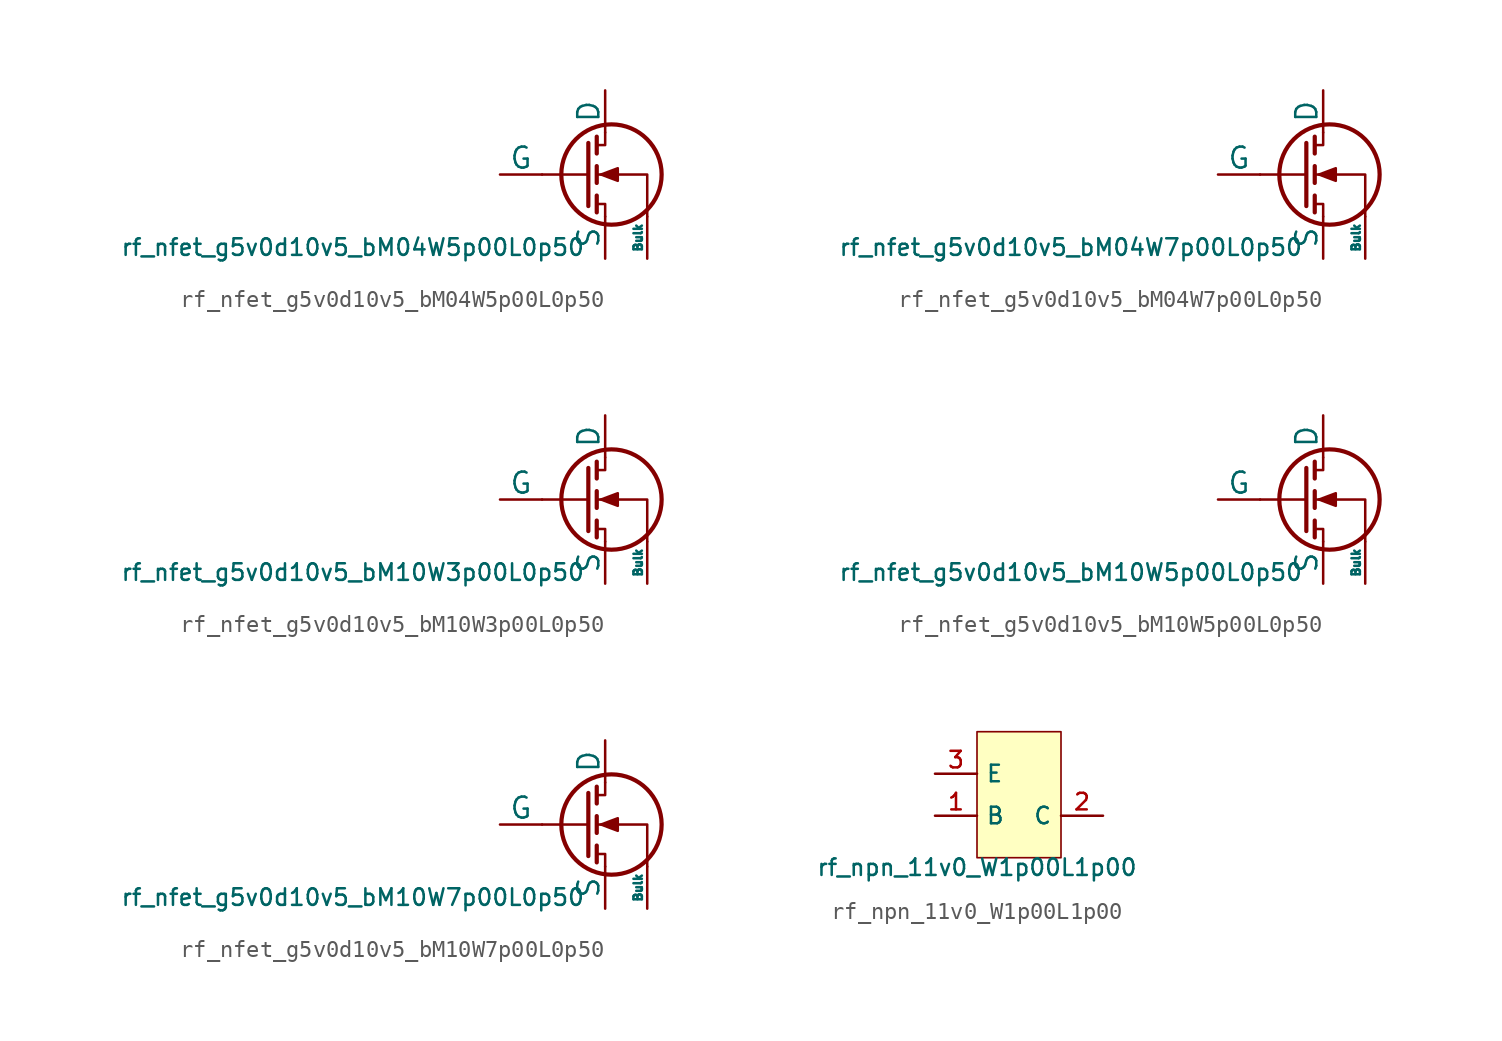
<source format=kicad_sym>
(kicad_symbol_lib
  (version 20211014)
  (generator pdk2kicad)
  (symbol "rf_nfet_g5v0d10v5_bM04W5p00L0p50"
    (pin_numbers hide)
    (pin_names
      (offset 0))
    (property "Reference" "Q"
      (at 0 0 0)
      (effects (font (size 1 1)) hide))
    (property "Value" "rf_nfet_g5v0d10v5_bM04W5p00L0p50"
      (at -12.7 -3.81 0)
      (effects (font (size 1 1)) (justify top)))
    (polyline
      (pts (xy 1.524 0) (xy -1.27 0))
      (stroke (width 0) (type default))
      (fill (type none)))
    (polyline
      (pts (xy 1.524 1.905) (xy 1.524 -1.905))
      (stroke (width 0.254) (type default))
      (fill (type none)))
    (polyline
      (pts (xy 2.032 -1.27) (xy 2.032 -2.286))
      (stroke (width 0.254) (type default))
      (fill (type none)))
    (polyline
      (pts (xy 2.032 0.508) (xy 2.032 -0.508))
      (stroke (width 0.254) (type default))
      (fill (type none)))
    (polyline
      (pts (xy 2.032 2.286) (xy 2.032 1.27))
      (stroke (width 0.254) (type default))
      (fill (type none)))
    (polyline
      (pts (xy 2.032 1.778) (xy 2.54 1.778) (xy 2.54 2.54))
      (stroke (width 0) (type default))
      (fill (type none)))
    (polyline
      (pts (xy 2.54 -2.54) (xy 2.54 -1.778) (xy 2.032 -1.778))
      (stroke (width 0) (type default))
      (fill (type none)))
    (polyline
      (pts (xy 5.08 -2.54) (xy 5.08 0) (xy 2.032 0))
      (stroke (width 0) (type default))
      (fill (type none)))
    (polyline
      (pts (xy 2.286 0) (xy 3.302 0.381) (xy 3.302 -0.381) (xy 2.286 0))
      (stroke (width 0) (type default))
      (fill (type outline)))
    (circle
      (center 2.921 0)
      (radius 3.029)
      (stroke (width 0.254) (type default))
      (fill (type none)))
    (pin passive line
      (at 2.54 5.08 270)
      (length 2.54)
      (name "D" (effects (font (size 1.27 1.27))))
      (number "1" (effects (font (size 1.27 1.27)))))
    (pin input line
      (at -3.81 0 0)
      (length 2.54)
      (name "G" (effects (font (size 1.27 1.27))))
      (number "2" (effects (font (size 1.27 1.27)))))
    (pin passive line
      (at 2.54 -5.08 90)
      (length 2.54)
      (name "S" (effects (font (size 1.27 1.27))))
      (number "3" (effects (font (size 1.27 1.27)))))
    (pin input line
      (at 5.08 -5.08 90)
      (length 2.54)
      (name "Bulk" (effects (font (size 0.508 0.508))))
      (number "4" (effects (font (size 1.27 1.27))))))
  (symbol "rf_nfet_g5v0d10v5_bM04W7p00L0p50"
    (pin_numbers hide)
    (pin_names
      (offset 0))
    (property "Reference" "Q"
      (at 0 0 0)
      (effects (font (size 1 1)) hide))
    (property "Value" "rf_nfet_g5v0d10v5_bM04W7p00L0p50"
      (at -12.7 -3.81 0)
      (effects (font (size 1 1)) (justify top)))
    (polyline
      (pts (xy 1.524 0) (xy -1.27 0))
      (stroke (width 0) (type default))
      (fill (type none)))
    (polyline
      (pts (xy 1.524 1.905) (xy 1.524 -1.905))
      (stroke (width 0.254) (type default))
      (fill (type none)))
    (polyline
      (pts (xy 2.032 -1.27) (xy 2.032 -2.286))
      (stroke (width 0.254) (type default))
      (fill (type none)))
    (polyline
      (pts (xy 2.032 0.508) (xy 2.032 -0.508))
      (stroke (width 0.254) (type default))
      (fill (type none)))
    (polyline
      (pts (xy 2.032 2.286) (xy 2.032 1.27))
      (stroke (width 0.254) (type default))
      (fill (type none)))
    (polyline
      (pts (xy 2.032 1.778) (xy 2.54 1.778) (xy 2.54 2.54))
      (stroke (width 0) (type default))
      (fill (type none)))
    (polyline
      (pts (xy 2.54 -2.54) (xy 2.54 -1.778) (xy 2.032 -1.778))
      (stroke (width 0) (type default))
      (fill (type none)))
    (polyline
      (pts (xy 5.08 -2.54) (xy 5.08 0) (xy 2.032 0))
      (stroke (width 0) (type default))
      (fill (type none)))
    (polyline
      (pts (xy 2.286 0) (xy 3.302 0.381) (xy 3.302 -0.381) (xy 2.286 0))
      (stroke (width 0) (type default))
      (fill (type outline)))
    (circle
      (center 2.921 0)
      (radius 3.029)
      (stroke (width 0.254) (type default))
      (fill (type none)))
    (pin passive line
      (at 2.54 5.08 270)
      (length 2.54)
      (name "D" (effects (font (size 1.27 1.27))))
      (number "1" (effects (font (size 1.27 1.27)))))
    (pin input line
      (at -3.81 0 0)
      (length 2.54)
      (name "G" (effects (font (size 1.27 1.27))))
      (number "2" (effects (font (size 1.27 1.27)))))
    (pin passive line
      (at 2.54 -5.08 90)
      (length 2.54)
      (name "S" (effects (font (size 1.27 1.27))))
      (number "3" (effects (font (size 1.27 1.27)))))
    (pin input line
      (at 5.08 -5.08 90)
      (length 2.54)
      (name "Bulk" (effects (font (size 0.508 0.508))))
      (number "4" (effects (font (size 1.27 1.27))))))
  (symbol "rf_nfet_g5v0d10v5_bM10W3p00L0p50"
    (pin_numbers hide)
    (pin_names
      (offset 0))
    (property "Reference" "Q"
      (at 0 0 0)
      (effects (font (size 1 1)) hide))
    (property "Value" "rf_nfet_g5v0d10v5_bM10W3p00L0p50"
      (at -12.7 -3.81 0)
      (effects (font (size 1 1)) (justify top)))
    (polyline
      (pts (xy 1.524 0) (xy -1.27 0))
      (stroke (width 0) (type default))
      (fill (type none)))
    (polyline
      (pts (xy 1.524 1.905) (xy 1.524 -1.905))
      (stroke (width 0.254) (type default))
      (fill (type none)))
    (polyline
      (pts (xy 2.032 -1.27) (xy 2.032 -2.286))
      (stroke (width 0.254) (type default))
      (fill (type none)))
    (polyline
      (pts (xy 2.032 0.508) (xy 2.032 -0.508))
      (stroke (width 0.254) (type default))
      (fill (type none)))
    (polyline
      (pts (xy 2.032 2.286) (xy 2.032 1.27))
      (stroke (width 0.254) (type default))
      (fill (type none)))
    (polyline
      (pts (xy 2.032 1.778) (xy 2.54 1.778) (xy 2.54 2.54))
      (stroke (width 0) (type default))
      (fill (type none)))
    (polyline
      (pts (xy 2.54 -2.54) (xy 2.54 -1.778) (xy 2.032 -1.778))
      (stroke (width 0) (type default))
      (fill (type none)))
    (polyline
      (pts (xy 5.08 -2.54) (xy 5.08 0) (xy 2.032 0))
      (stroke (width 0) (type default))
      (fill (type none)))
    (polyline
      (pts (xy 2.286 0) (xy 3.302 0.381) (xy 3.302 -0.381) (xy 2.286 0))
      (stroke (width 0) (type default))
      (fill (type outline)))
    (circle
      (center 2.921 0)
      (radius 3.029)
      (stroke (width 0.254) (type default))
      (fill (type none)))
    (pin passive line
      (at 2.54 5.08 270)
      (length 2.54)
      (name "D" (effects (font (size 1.27 1.27))))
      (number "1" (effects (font (size 1.27 1.27)))))
    (pin input line
      (at -3.81 0 0)
      (length 2.54)
      (name "G" (effects (font (size 1.27 1.27))))
      (number "2" (effects (font (size 1.27 1.27)))))
    (pin passive line
      (at 2.54 -5.08 90)
      (length 2.54)
      (name "S" (effects (font (size 1.27 1.27))))
      (number "3" (effects (font (size 1.27 1.27)))))
    (pin input line
      (at 5.08 -5.08 90)
      (length 2.54)
      (name "Bulk" (effects (font (size 0.508 0.508))))
      (number "4" (effects (font (size 1.27 1.27))))))
  (symbol "rf_nfet_g5v0d10v5_bM10W5p00L0p50"
    (pin_numbers hide)
    (pin_names
      (offset 0))
    (property "Reference" "Q"
      (at 0 0 0)
      (effects (font (size 1 1)) hide))
    (property "Value" "rf_nfet_g5v0d10v5_bM10W5p00L0p50"
      (at -12.7 -3.81 0)
      (effects (font (size 1 1)) (justify top)))
    (polyline
      (pts (xy 1.524 0) (xy -1.27 0))
      (stroke (width 0) (type default))
      (fill (type none)))
    (polyline
      (pts (xy 1.524 1.905) (xy 1.524 -1.905))
      (stroke (width 0.254) (type default))
      (fill (type none)))
    (polyline
      (pts (xy 2.032 -1.27) (xy 2.032 -2.286))
      (stroke (width 0.254) (type default))
      (fill (type none)))
    (polyline
      (pts (xy 2.032 0.508) (xy 2.032 -0.508))
      (stroke (width 0.254) (type default))
      (fill (type none)))
    (polyline
      (pts (xy 2.032 2.286) (xy 2.032 1.27))
      (stroke (width 0.254) (type default))
      (fill (type none)))
    (polyline
      (pts (xy 2.032 1.778) (xy 2.54 1.778) (xy 2.54 2.54))
      (stroke (width 0) (type default))
      (fill (type none)))
    (polyline
      (pts (xy 2.54 -2.54) (xy 2.54 -1.778) (xy 2.032 -1.778))
      (stroke (width 0) (type default))
      (fill (type none)))
    (polyline
      (pts (xy 5.08 -2.54) (xy 5.08 0) (xy 2.032 0))
      (stroke (width 0) (type default))
      (fill (type none)))
    (polyline
      (pts (xy 2.286 0) (xy 3.302 0.381) (xy 3.302 -0.381) (xy 2.286 0))
      (stroke (width 0) (type default))
      (fill (type outline)))
    (circle
      (center 2.921 0)
      (radius 3.029)
      (stroke (width 0.254) (type default))
      (fill (type none)))
    (pin passive line
      (at 2.54 5.08 270)
      (length 2.54)
      (name "D" (effects (font (size 1.27 1.27))))
      (number "1" (effects (font (size 1.27 1.27)))))
    (pin input line
      (at -3.81 0 0)
      (length 2.54)
      (name "G" (effects (font (size 1.27 1.27))))
      (number "2" (effects (font (size 1.27 1.27)))))
    (pin passive line
      (at 2.54 -5.08 90)
      (length 2.54)
      (name "S" (effects (font (size 1.27 1.27))))
      (number "3" (effects (font (size 1.27 1.27)))))
    (pin input line
      (at 5.08 -5.08 90)
      (length 2.54)
      (name "Bulk" (effects (font (size 0.508 0.508))))
      (number "4" (effects (font (size 1.27 1.27))))))
  (symbol "rf_nfet_g5v0d10v5_bM10W7p00L0p50"
    (pin_numbers hide)
    (pin_names
      (offset 0))
    (property "Reference" "Q"
      (at 0 0 0)
      (effects (font (size 1 1)) hide))
    (property "Value" "rf_nfet_g5v0d10v5_bM10W7p00L0p50"
      (at -12.7 -3.81 0)
      (effects (font (size 1 1)) (justify top)))
    (polyline
      (pts (xy 1.524 0) (xy -1.27 0))
      (stroke (width 0) (type default))
      (fill (type none)))
    (polyline
      (pts (xy 1.524 1.905) (xy 1.524 -1.905))
      (stroke (width 0.254) (type default))
      (fill (type none)))
    (polyline
      (pts (xy 2.032 -1.27) (xy 2.032 -2.286))
      (stroke (width 0.254) (type default))
      (fill (type none)))
    (polyline
      (pts (xy 2.032 0.508) (xy 2.032 -0.508))
      (stroke (width 0.254) (type default))
      (fill (type none)))
    (polyline
      (pts (xy 2.032 2.286) (xy 2.032 1.27))
      (stroke (width 0.254) (type default))
      (fill (type none)))
    (polyline
      (pts (xy 2.032 1.778) (xy 2.54 1.778) (xy 2.54 2.54))
      (stroke (width 0) (type default))
      (fill (type none)))
    (polyline
      (pts (xy 2.54 -2.54) (xy 2.54 -1.778) (xy 2.032 -1.778))
      (stroke (width 0) (type default))
      (fill (type none)))
    (polyline
      (pts (xy 5.08 -2.54) (xy 5.08 0) (xy 2.032 0))
      (stroke (width 0) (type default))
      (fill (type none)))
    (polyline
      (pts (xy 2.286 0) (xy 3.302 0.381) (xy 3.302 -0.381) (xy 2.286 0))
      (stroke (width 0) (type default))
      (fill (type outline)))
    (circle
      (center 2.921 0)
      (radius 3.029)
      (stroke (width 0.254) (type default))
      (fill (type none)))
    (pin passive line
      (at 2.54 5.08 270)
      (length 2.54)
      (name "D" (effects (font (size 1.27 1.27))))
      (number "1" (effects (font (size 1.27 1.27)))))
    (pin input line
      (at -3.81 0 0)
      (length 2.54)
      (name "G" (effects (font (size 1.27 1.27))))
      (number "2" (effects (font (size 1.27 1.27)))))
    (pin passive line
      (at 2.54 -5.08 90)
      (length 2.54)
      (name "S" (effects (font (size 1.27 1.27))))
      (number "3" (effects (font (size 1.27 1.27)))))
    (pin input line
      (at 5.08 -5.08 90)
      (length 2.54)
      (name "Bulk" (effects (font (size 0.508 0.508))))
      (number "4" (effects (font (size 1.27 1.27))))))
  (symbol "rf_npn_11v0_W1p00L1p00"
    (property "Reference" "X"
      (at 0 0 0)
      (effects (font (size 1 1)) hide))
    (property "Value" "rf_npn_11v0_W1p00L1p00"
      (at -2.54 -3.81 0)
      (effects (font (size 1 1)) (justify top)))
    (rectangle
      (start -2.54 -3.81)
      (end 2.54 3.81)
      (stroke (width 0.1) (type solid) (color 0 0 0 0))
      (fill (type background)))
    (pin bidirectional line
      (at -5.08 -1.27 0)
      (length 2.54)
      (name "B" (effects (font (size 1 1)) hide))
      (number "1" (effects (font (size 1 1)) hide)))
    (pin bidirectional line
      (at 5.08 -1.27 180)
      (length 2.54)
      (name "C" (effects (font (size 1 1)) hide))
      (number "2" (effects (font (size 1 1)) hide)))
    (pin bidirectional line
      (at -5.08 1.27 0)
      (length 2.54)
      (name "E" (effects (font (size 1 1)) hide))
      (number "3" (effects (font (size 1 1)) hide)))))
</source>
